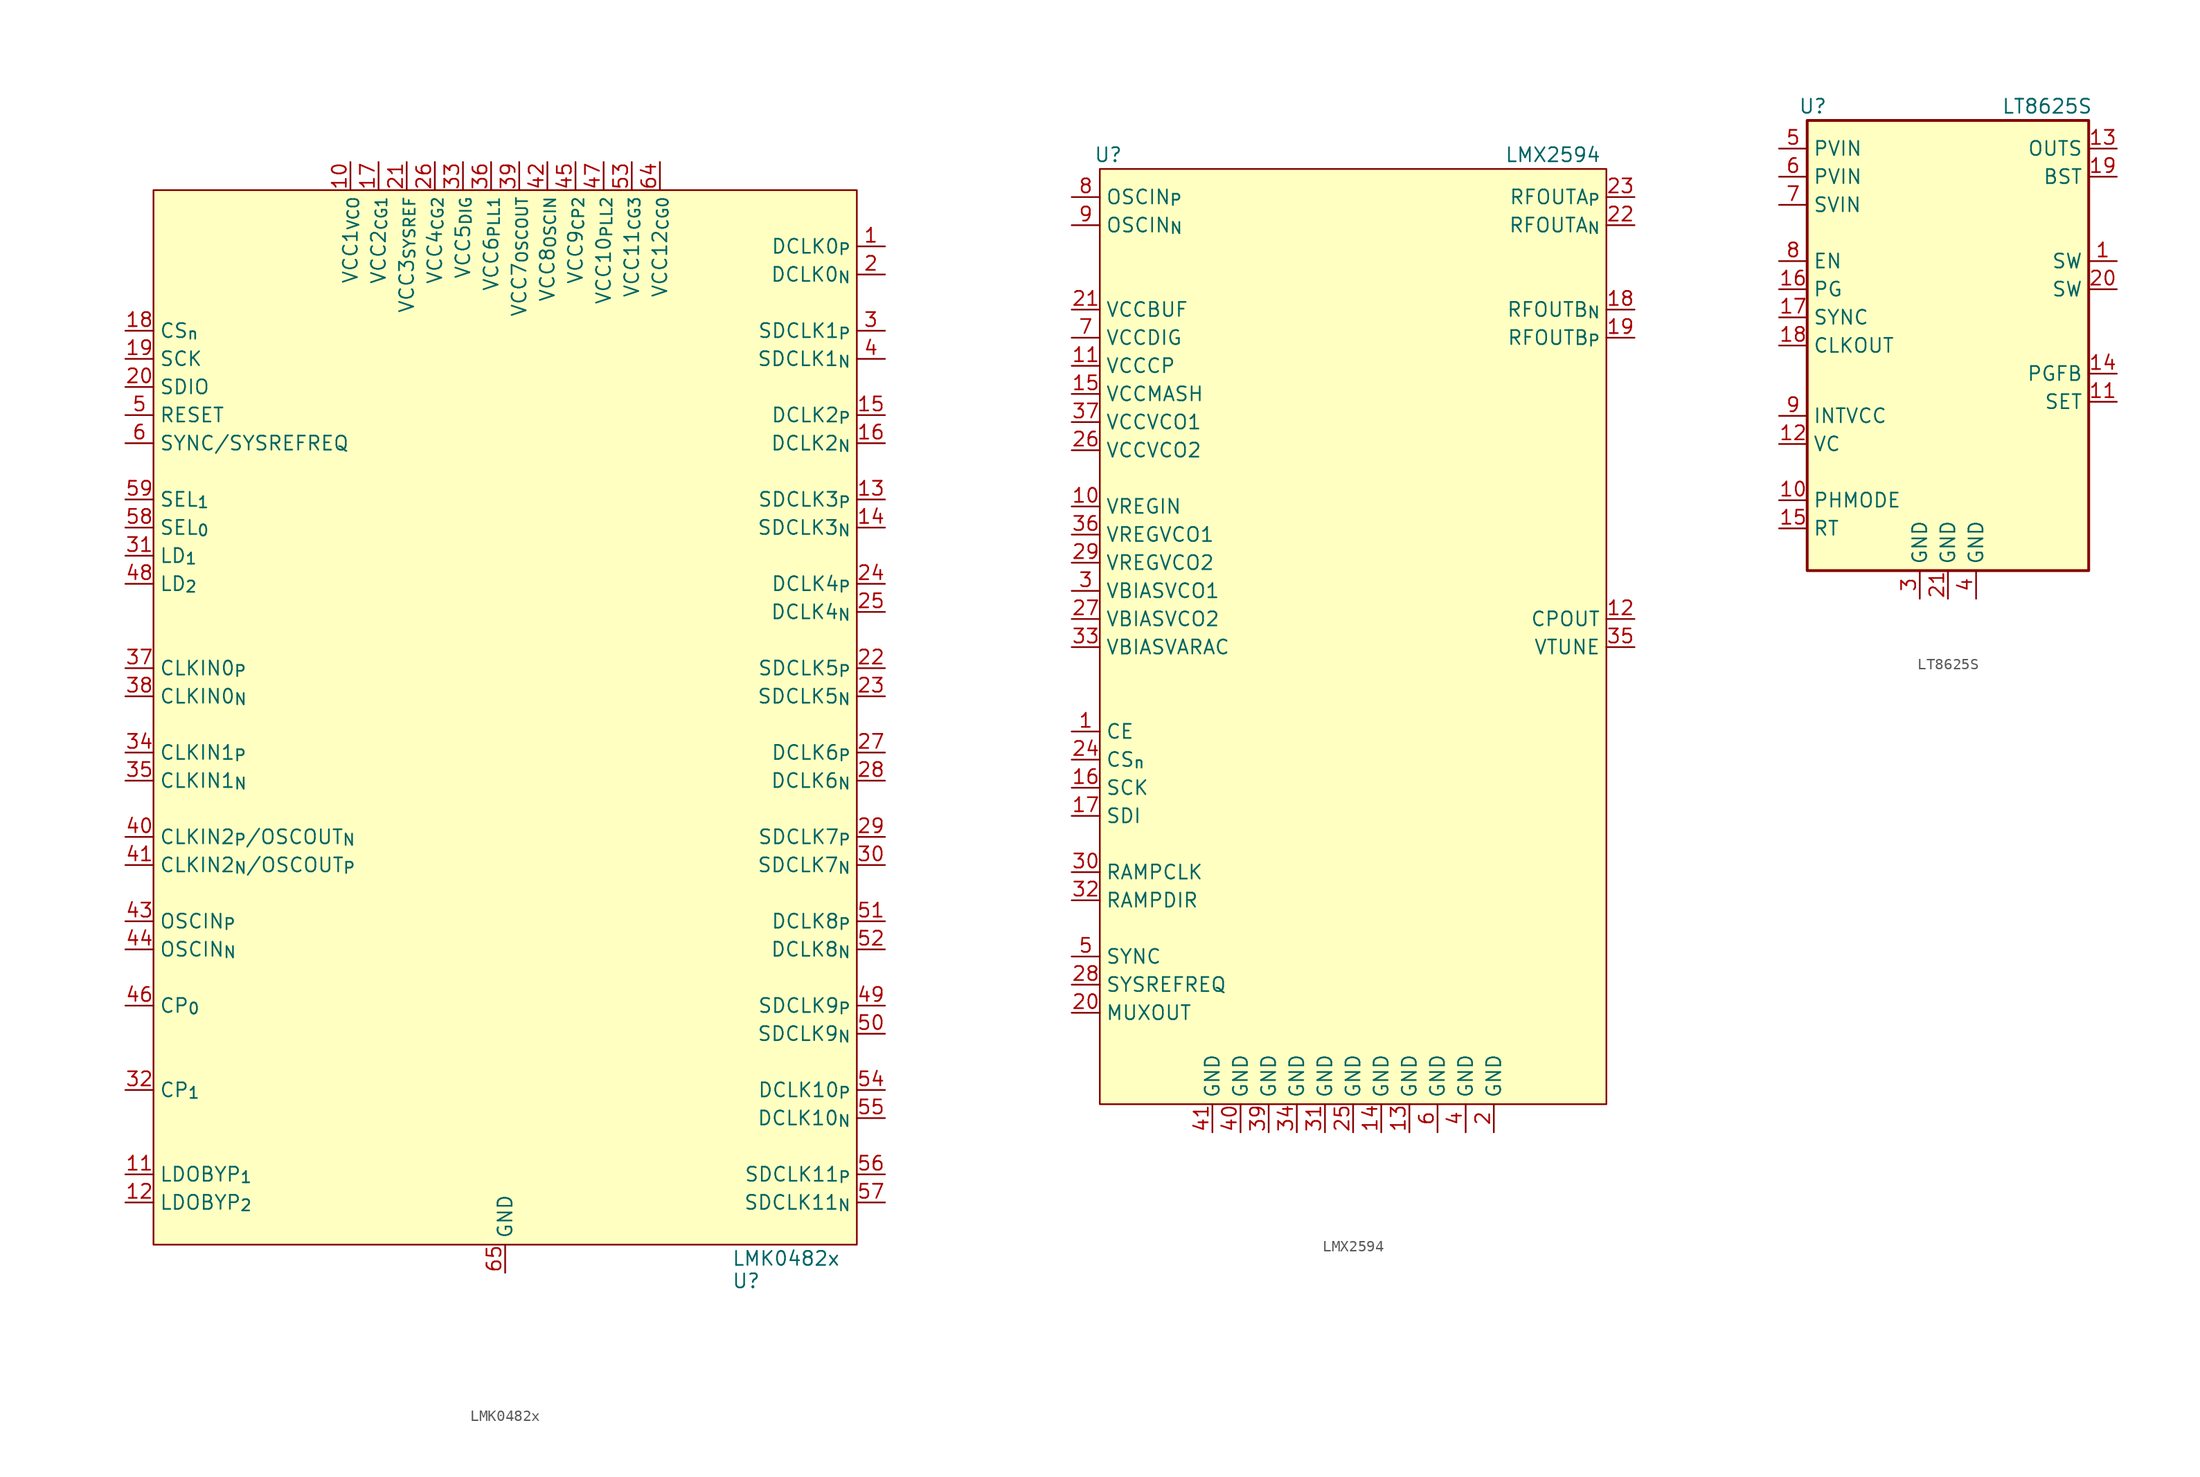
<source format=kicad_sym>
(kicad_symbol_lib
  (version 20241209)
  (generator "kicad_symbol_editor")
  (generator_version "9.0")
  (symbol "LMK0482x"
    (property "Reference" "U"
      (at 20.447 -54.61 0)
      (effects (font (size 1.27 1.27)) (justify left top)))
    (property "Value" "LMK0482x"
      (at 20.447 -52.578 0)
      (effects (font (size 1.27 1.27)) (justify left top)))
    (symbol "LMK0482x_0_0"
      (pin input line (at -34.29 30.48 0) (length 2.54) (name "CS_{n}" (effects (font (size 1.27 1.27)))) (number "18" (effects (font (size 1.27 1.27)))))
      (pin input line (at -34.29 27.94 0) (length 2.54) (name "SCK" (effects (font (size 1.27 1.27)))) (number "19" (effects (font (size 1.27 1.27)))))
      (pin bidirectional line (at -34.29 25.4 0) (length 2.54) (name "SDIO" (effects (font (size 1.27 1.27)))) (number "20" (effects (font (size 1.27 1.27)))))
      (pin input line (at -34.29 22.86 0) (length 2.54) (name "RESET" (effects (font (size 1.27 1.27)))) (number "5" (effects (font (size 1.27 1.27)))))
      (pin input line (at -34.29 20.32 0) (length 2.54) (name "SYNC/SYSREFREQ" (effects (font (size 1.27 1.27)))) (number "6" (effects (font (size 1.27 1.27)))))
      (pin input line (at -34.29 15.24 0) (length 2.54) (name "SEL_{1}" (effects (font (size 1.27 1.27)))) (number "59" (effects (font (size 1.27 1.27)))))
      (pin input line (at -34.29 12.7 0) (length 2.54) (name "SEL_{0}" (effects (font (size 1.27 1.27)))) (number "58" (effects (font (size 1.27 1.27)))))
      (pin output line (at -34.29 10.16 0) (length 2.54) (name "LD_{1}" (effects (font (size 1.27 1.27)))) (number "31" (effects (font (size 1.27 1.27)))))
      (pin output line (at -34.29 7.62 0) (length 2.54) (name "LD_{2}" (effects (font (size 1.27 1.27)))) (number "48" (effects (font (size 1.27 1.27)))))
      (pin power_in line (at -13.97 45.72 270) (length 2.54) (name "VCC1_{VCO}" (effects (font (size 1.27 1.27)))) (number "10" (effects (font (size 1.27 1.27)))))
      (pin power_in line (at -11.43 45.72 270) (length 2.54) (name "VCC2_{CG1}" (effects (font (size 1.27 1.27)))) (number "17" (effects (font (size 1.27 1.27)))))
      (pin power_in line (at -8.89 45.72 270) (length 2.54) (name "VCC3_{SYSREF}" (effects (font (size 1.27 1.27)))) (number "21" (effects (font (size 1.27 1.27)))))
      (pin power_in line (at -6.35 45.72 270) (length 2.54) (name "VCC4_{CG2}" (effects (font (size 1.27 1.27)))) (number "26" (effects (font (size 1.27 1.27)))))
      (pin power_in line (at -3.81 45.72 270) (length 2.54) (name "VCC5_{DIG}" (effects (font (size 1.27 1.27)))) (number "33" (effects (font (size 1.27 1.27)))))
      (pin power_in line (at -1.27 45.72 270) (length 2.54) (name "VCC6_{PLL1}" (effects (font (size 1.27 1.27)))) (number "36" (effects (font (size 1.27 1.27)))))
      (pin power_in line (at 0 -54.61 90) (length 2.54) (name "GND" (effects (font (size 1.27 1.27)))) (number "65" (effects (font (size 1.27 1.27)))))
      (pin power_in line (at 1.27 45.72 270) (length 2.54) (name "VCC7_{OSCOUT}" (effects (font (size 1.27 1.27)))) (number "39" (effects (font (size 1.27 1.27)))))
      (pin power_in line (at 3.81 45.72 270) (length 2.54) (name "VCC8_{OSCIN}" (effects (font (size 1.27 1.27)))) (number "42" (effects (font (size 1.27 1.27)))))
      (pin power_in line (at 6.35 45.72 270) (length 2.54) (name "VCC9_{CP2}" (effects (font (size 1.27 1.27)))) (number "45" (effects (font (size 1.27 1.27)))))
      (pin power_in line (at 8.89 45.72 270) (length 2.54) (name "VCC10_{PLL2}" (effects (font (size 1.27 1.27)))) (number "47" (effects (font (size 1.27 1.27)))))
      (pin power_in line (at 11.43 45.72 270) (length 2.54) (name "VCC11_{CG3}" (effects (font (size 1.27 1.27)))) (number "53" (effects (font (size 1.27 1.27)))))
      (pin power_in line (at 13.97 45.72 270) (length 2.54) (name "VCC12_{CG0}" (effects (font (size 1.27 1.27)))) (number "64" (effects (font (size 1.27 1.27))))))
    (symbol "LMK0482x_1_0"
      (pin passive line (at -34.29 0 0) (length 2.54) (name "CLKIN0_{P}" (effects (font (size 1.27 1.27)))) (number "37" (effects (font (size 1.27 1.27)))))
      (pin passive line (at -34.29 -2.54 0) (length 2.54) (name "CLKIN0_{N}" (effects (font (size 1.27 1.27)))) (number "38" (effects (font (size 1.27 1.27)))))
      (pin passive line (at -34.29 -7.62 0) (length 2.54) (name "CLKIN1_{P}" (effects (font (size 1.27 1.27)))) (number "34" (effects (font (size 1.27 1.27)))))
      (pin passive line (at -34.29 -10.16 0) (length 2.54) (name "CLKIN1_{N}" (effects (font (size 1.27 1.27)))) (number "35" (effects (font (size 1.27 1.27)))))
      (pin passive line (at -34.29 -15.24 0) (length 2.54) (name "CLKIN2_{P}/OSCOUT_{N}" (effects (font (size 1.27 1.27)))) (number "40" (effects (font (size 1.27 1.27)))))
      (pin passive line (at -34.29 -17.78 0) (length 2.54) (name "CLKIN2_{N}/OSCOUT_{P}" (effects (font (size 1.27 1.27)))) (number "41" (effects (font (size 1.27 1.27)))))
      (pin passive line (at -34.29 -22.86 0) (length 2.54) (name "OSCIN_{P}" (effects (font (size 1.27 1.27)))) (number "43" (effects (font (size 1.27 1.27)))))
      (pin passive line (at -34.29 -25.4 0) (length 2.54) (name "OSCIN_{N}" (effects (font (size 1.27 1.27)))) (number "44" (effects (font (size 1.27 1.27)))))
      (pin passive line (at -34.29 -30.48 0) (length 2.54) (name "CP_{0}" (effects (font (size 1.27 1.27)))) (number "46" (effects (font (size 1.27 1.27)))))
      (pin passive line (at -34.29 -38.1 0) (length 2.54) (name "CP_{1}" (effects (font (size 1.27 1.27)))) (number "32" (effects (font (size 1.27 1.27)))))
      (pin passive line (at -34.29 -45.72 0) (length 2.54) (name "LDOBYP_{1}" (effects (font (size 1.27 1.27)))) (number "11" (effects (font (size 1.27 1.27)))))
      (pin passive line (at -34.29 -48.26 0) (length 2.54) (name "LDOBYP_{2}" (effects (font (size 1.27 1.27)))) (number "12" (effects (font (size 1.27 1.27)))))
      (pin passive line (at 34.29 38.1 180) (length 2.54) (name "DCLK0_{P}" (effects (font (size 1.27 1.27)))) (number "1" (effects (font (size 1.27 1.27)))))
      (pin passive line (at 34.29 35.56 180) (length 2.54) (name "DCLK0_{N}" (effects (font (size 1.27 1.27)))) (number "2" (effects (font (size 1.27 1.27)))))
      (pin passive line (at 34.29 30.48 180) (length 2.54) (name "SDCLK1_{P}" (effects (font (size 1.27 1.27)))) (number "3" (effects (font (size 1.27 1.27)))))
      (pin passive line (at 34.29 27.94 180) (length 2.54) (name "SDCLK1_{N}" (effects (font (size 1.27 1.27)))) (number "4" (effects (font (size 1.27 1.27)))))
      (pin passive line (at 34.29 22.86 180) (length 2.54) (name "DCLK2_{P}" (effects (font (size 1.27 1.27)))) (number "15" (effects (font (size 1.27 1.27)))))
      (pin passive line (at 34.29 20.32 180) (length 2.54) (name "DCLK2_{N}" (effects (font (size 1.27 1.27)))) (number "16" (effects (font (size 1.27 1.27)))))
      (pin passive line (at 34.29 15.24 180) (length 2.54) (name "SDCLK3_{P}" (effects (font (size 1.27 1.27)))) (number "13" (effects (font (size 1.27 1.27)))))
      (pin passive line (at 34.29 12.7 180) (length 2.54) (name "SDCLK3_{N}" (effects (font (size 1.27 1.27)))) (number "14" (effects (font (size 1.27 1.27)))))
      (pin passive line (at 34.29 7.62 180) (length 2.54) (name "DCLK4_{P}" (effects (font (size 1.27 1.27)))) (number "24" (effects (font (size 1.27 1.27)))))
      (pin passive line (at 34.29 5.08 180) (length 2.54) (name "DCLK4_{N}" (effects (font (size 1.27 1.27)))) (number "25" (effects (font (size 1.27 1.27)))))
      (pin passive line (at 34.29 0 180) (length 2.54) (name "SDCLK5_{P}" (effects (font (size 1.27 1.27)))) (number "22" (effects (font (size 1.27 1.27)))))
      (pin passive line (at 34.29 -2.54 180) (length 2.54) (name "SDCLK5_{N}" (effects (font (size 1.27 1.27)))) (number "23" (effects (font (size 1.27 1.27)))))
      (pin passive line (at 34.29 -7.62 180) (length 2.54) (name "DCLK6_{P}" (effects (font (size 1.27 1.27)))) (number "27" (effects (font (size 1.27 1.27)))))
      (pin passive line (at 34.29 -10.16 180) (length 2.54) (name "DCLK6_{N}" (effects (font (size 1.27 1.27)))) (number "28" (effects (font (size 1.27 1.27)))))
      (pin passive line (at 34.29 -15.24 180) (length 2.54) (name "SDCLK7_{P}" (effects (font (size 1.27 1.27)))) (number "29" (effects (font (size 1.27 1.27)))))
      (pin passive line (at 34.29 -17.78 180) (length 2.54) (name "SDCLK7_{N}" (effects (font (size 1.27 1.27)))) (number "30" (effects (font (size 1.27 1.27)))))
      (pin passive line (at 34.29 -22.86 180) (length 2.54) (name "DCLK8_{P}" (effects (font (size 1.27 1.27)))) (number "51" (effects (font (size 1.27 1.27)))))
      (pin passive line (at 34.29 -25.4 180) (length 2.54) (name "DCLK8_{N}" (effects (font (size 1.27 1.27)))) (number "52" (effects (font (size 1.27 1.27)))))
      (pin passive line (at 34.29 -30.48 180) (length 2.54) (name "SDCLK9_{P}" (effects (font (size 1.27 1.27)))) (number "49" (effects (font (size 1.27 1.27)))))
      (pin passive line (at 34.29 -33.02 180) (length 2.54) (name "SDCLK9_{N}" (effects (font (size 1.27 1.27)))) (number "50" (effects (font (size 1.27 1.27)))))
      (pin passive line (at 34.29 -38.1 180) (length 2.54) (name "DCLK10_{P}" (effects (font (size 1.27 1.27)))) (number "54" (effects (font (size 1.27 1.27)))))
      (pin passive line (at 34.29 -40.64 180) (length 2.54) (name "DCLK10_{N}" (effects (font (size 1.27 1.27)))) (number "55" (effects (font (size 1.27 1.27)))))
      (pin passive line (at 34.29 -45.72 180) (length 2.54) (name "SDCLK11_{P}" (effects (font (size 1.27 1.27)))) (number "56" (effects (font (size 1.27 1.27)))))
      (pin passive line (at 34.29 -48.26 180) (length 2.54) (name "SDCLK11_{N}" (effects (font (size 1.27 1.27)))) (number "57" (effects (font (size 1.27 1.27))))))
    (symbol "LMK0482x_1_1"
      (rectangle (start -31.75 43.18) (end 31.75 -52.07) (stroke (width 0) (type solid)) (fill (type background)))))
  (symbol "LMX2594"
    (property "Reference" "U"
      (at -22.098 48.26 0)
      (effects (font (size 1.27 1.27))))
    (property "Value" "LMX2594"
      (at 18.034 48.26 0)
      (effects (font (size 1.27 1.27))))
    (symbol "LMX2594_0_0"
      (pin power_in line (at -25.4 34.29 0) (length 2.54) (name "VCCBUF" (effects (font (size 1.27 1.27)))) (number "21" (effects (font (size 1.27 1.27)))))
      (pin power_in line (at -25.4 31.75 0) (length 2.54) (name "VCCDIG" (effects (font (size 1.27 1.27)))) (number "7" (effects (font (size 1.27 1.27)))))
      (pin power_in line (at -25.4 29.21 0) (length 2.54) (name "VCCCP" (effects (font (size 1.27 1.27)))) (number "11" (effects (font (size 1.27 1.27)))))
      (pin power_in line (at -25.4 26.67 0) (length 2.54) (name "VCCMASH" (effects (font (size 1.27 1.27)))) (number "15" (effects (font (size 1.27 1.27)))))
      (pin power_in line (at -25.4 24.13 0) (length 2.54) (name "VCCVCO1" (effects (font (size 1.27 1.27)))) (number "37" (effects (font (size 1.27 1.27)))))
      (pin power_in line (at -25.4 21.59 0) (length 2.54) (name "VCCVCO2" (effects (font (size 1.27 1.27)))) (number "26" (effects (font (size 1.27 1.27)))))
      (pin power_in line (at -25.4 16.51 0) (length 2.54) (name "VREGIN" (effects (font (size 1.27 1.27)))) (number "10" (effects (font (size 1.27 1.27)))))
      (pin power_in line (at -25.4 13.97 0) (length 2.54) (name "VREGVCO1" (effects (font (size 1.27 1.27)))) (number "36" (effects (font (size 1.27 1.27)))))
      (pin power_in line (at -25.4 11.43 0) (length 2.54) (name "VREGVCO2" (effects (font (size 1.27 1.27)))) (number "29" (effects (font (size 1.27 1.27)))))
      (pin power_in line (at -25.4 8.89 0) (length 2.54) (name "VBIASVCO1" (effects (font (size 1.27 1.27)))) (number "3" (effects (font (size 1.27 1.27)))))
      (pin power_in line (at -25.4 6.35 0) (length 2.54) (name "VBIASVCO2" (effects (font (size 1.27 1.27)))) (number "27" (effects (font (size 1.27 1.27)))))
      (pin power_in line (at -25.4 3.81 0) (length 2.54) (name "VBIASVARAC" (effects (font (size 1.27 1.27)))) (number "33" (effects (font (size 1.27 1.27)))))
      (pin input line (at -25.4 -3.81 0) (length 2.54) (name "CE" (effects (font (size 1.27 1.27)))) (number "1" (effects (font (size 1.27 1.27)))))
      (pin input line (at -25.4 -8.89 0) (length 2.54) (name "SCK" (effects (font (size 1.27 1.27)))) (number "16" (effects (font (size 1.27 1.27)))))
      (pin input line (at -25.4 -11.43 0) (length 2.54) (name "SDI" (effects (font (size 1.27 1.27)))) (number "17" (effects (font (size 1.27 1.27)))))
      (pin input line (at -25.4 -16.51 0) (length 2.54) (name "RAMPCLK" (effects (font (size 1.27 1.27)))) (number "30" (effects (font (size 1.27 1.27)))))
      (pin input line (at -25.4 -19.05 0) (length 2.54) (name "RAMPDIR" (effects (font (size 1.27 1.27)))) (number "32" (effects (font (size 1.27 1.27)))))
      (pin input line (at -25.4 -24.13 0) (length 2.54) (name "SYNC" (effects (font (size 1.27 1.27)))) (number "5" (effects (font (size 1.27 1.27)))))
      (pin input line (at -25.4 -26.67 0) (length 2.54) (name "SYSREFREQ" (effects (font (size 1.27 1.27)))) (number "28" (effects (font (size 1.27 1.27)))))
      (pin output line (at -25.4 -29.21 0) (length 2.54) (name "MUXOUT" (effects (font (size 1.27 1.27)))) (number "20" (effects (font (size 1.27 1.27)))))
      (pin power_in line (at -12.7 -40.005 90) (length 2.54) (name "GND" (effects (font (size 1.27 1.27)))) (number "41" (effects (font (size 1.27 1.27)))))
      (pin power_in line (at -10.16 -40.005 90) (length 2.54) (name "GND" (effects (font (size 1.27 1.27)))) (number "40" (effects (font (size 1.27 1.27)))))
      (pin power_in line (at -7.62 -40.005 90) (length 2.54) (name "GND" (effects (font (size 1.27 1.27)))) (number "39" (effects (font (size 1.27 1.27)))))
      (pin power_in line (at -5.08 -40.005 90) (length 2.54) (name "GND" (effects (font (size 1.27 1.27)))) (number "34" (effects (font (size 1.27 1.27)))))
      (pin power_in line (at -2.54 -40.005 90) (length 2.54) (name "GND" (effects (font (size 1.27 1.27)))) (number "31" (effects (font (size 1.27 1.27)))))
      (pin power_in line (at 0 -40.005 90) (length 2.54) (name "GND" (effects (font (size 1.27 1.27)))) (number "25" (effects (font (size 1.27 1.27)))))
      (pin power_in line (at 2.54 -40.005 90) (length 2.54) (name "GND" (effects (font (size 1.27 1.27)))) (number "14" (effects (font (size 1.27 1.27)))))
      (pin power_in line (at 5.08 -40.005 90) (length 2.54) (name "GND" (effects (font (size 1.27 1.27)))) (number "13" (effects (font (size 1.27 1.27)))))
      (pin power_in line (at 7.62 -40.005 90) (length 2.54) (name "GND" (effects (font (size 1.27 1.27)))) (number "6" (effects (font (size 1.27 1.27)))))
      (pin power_in line (at 10.16 -40.005 90) (length 2.54) (name "GND" (effects (font (size 1.27 1.27)))) (number "4" (effects (font (size 1.27 1.27)))))
      (pin power_in line (at 12.7 -40.005 90) (length 2.54) (name "GND" (effects (font (size 1.27 1.27)))) (number "2" (effects (font (size 1.27 1.27)))))
      (pin passive line (at 25.4 44.45 180) (length 2.54) (name "RFOUTA_{P}" (effects (font (size 1.27 1.27)))) (number "23" (effects (font (size 1.27 1.27)))))
      (pin passive line (at 25.4 41.91 180) (length 2.54) (name "RFOUTA_{N}" (effects (font (size 1.27 1.27)))) (number "22" (effects (font (size 1.27 1.27)))))
      (pin passive line (at 25.4 34.29 180) (length 2.54) (name "RFOUTB_{N}" (effects (font (size 1.27 1.27)))) (number "18" (effects (font (size 1.27 1.27)))))
      (pin passive line (at 25.4 31.75 180) (length 2.54) (name "RFOUTB_{P}" (effects (font (size 1.27 1.27)))) (number "19" (effects (font (size 1.27 1.27)))))
      (pin passive line (at 25.4 6.35 180) (length 2.54) (name "CPOUT" (effects (font (size 1.27 1.27)))) (number "12" (effects (font (size 1.27 1.27)))))
      (pin passive line (at 25.4 3.81 180) (length 2.54) (name "VTUNE" (effects (font (size 1.27 1.27)))) (number "35" (effects (font (size 1.27 1.27))))))
    (symbol "LMX2594_1_0"
      (pin passive line (at -25.4 44.45 0) (length 2.54) (name "OSCIN_{P}" (effects (font (size 1.27 1.27)))) (number "8" (effects (font (size 1.27 1.27)))))
      (pin passive line (at -25.4 41.91 0) (length 2.54) (name "OSCIN_{N}" (effects (font (size 1.27 1.27)))) (number "9" (effects (font (size 1.27 1.27)))))
      (pin input line (at -25.4 -6.35 0) (length 2.54) (name "CS_{n}" (effects (font (size 1.27 1.27)))) (number "24" (effects (font (size 1.27 1.27))))))
    (symbol "LMX2594_1_1"
      (rectangle (start -22.86 46.99) (end 22.86 -37.465) (stroke (width 0) (type solid)) (fill (type background)))))
  (symbol "LT8625S"
    (property "Reference" "U"
      (at -12.192 17.78 0)
      (effects (font (size 1.27 1.27))))
    (property "Value" "LT8625S"
      (at 4.826 17.78 0)
      (effects (font (size 1.27 1.27)) (justify left)))
    (symbol "LT8625S_0_1"
      (rectangle (start -12.7 16.51) (end 12.7 -24.13) (stroke (width 0.254) (type default)) (fill (type background))))
    (symbol "LT8625S_1_0"
      (pin power_in line (at -15.24 8.89 0) (length 2.54) (name "SVIN" (effects (font (size 1.27 1.27)))) (number "7" (effects (font (size 1.27 1.27)))))
      (pin input line (at -15.24 3.81 0) (length 2.54) (name "EN" (effects (font (size 1.27 1.27)))) (number "8" (effects (font (size 1.27 1.27)))))
      (pin input line (at -15.24 -1.27 0) (length 2.54) (name "SYNC" (effects (font (size 1.27 1.27)))) (number "17" (effects (font (size 1.27 1.27)))))
      (pin output line (at -15.24 -3.81 0) (length 2.54) (name "CLKOUT" (effects (font (size 1.27 1.27)))) (number "18" (effects (font (size 1.27 1.27)))))
      (pin passive line (at -15.24 -12.7 0) (length 2.54) (name "VC" (effects (font (size 1.27 1.27)))) (number "12" (effects (font (size 1.27 1.27)))))
      (pin passive line (at -15.24 -20.32 0) (length 2.54) (name "RT" (effects (font (size 1.27 1.27)))) (number "15" (effects (font (size 1.27 1.27)))))
      (pin power_in line (at 0 -26.67 90) (length 2.54) (name "GND" (effects (font (size 1.27 1.27)))) (number "21" (effects (font (size 1.27 1.27)))))
      (pin passive line (at 2.54 -26.67 90) (length 2.54) (name "GND" (effects (font (size 1.27 1.27)))) (number "4" (effects (font (size 1.27 1.27)))))
      (pin passive line (at 15.24 11.43 180) (length 2.54) (name "BST" (effects (font (size 1.27 1.27)))) (number "19" (effects (font (size 1.27 1.27)))))
      (pin power_out line (at 15.24 3.81 180) (length 2.54) (name "SW" (effects (font (size 1.27 1.27)))) (number "1" (effects (font (size 1.27 1.27)))))
      (pin power_out line (at 15.24 1.27 180) (length 2.54) (name "SW" (effects (font (size 1.27 1.27)))) (number "20" (effects (font (size 1.27 1.27)))))
      (pin passive line (at 15.24 -6.35 180) (length 2.54) (name "PGFB" (effects (font (size 1.27 1.27)))) (number "14" (effects (font (size 1.27 1.27))))))
    (symbol "LT8625S_1_1"
      (pin power_in line (at -15.24 13.97 0) (length 2.54) (name "PVIN" (effects (font (size 1.27 1.27)))) (number "5" (effects (font (size 1.27 1.27)))))
      (pin power_in line (at -15.24 11.43 0) (length 2.54) (name "PVIN" (effects (font (size 1.27 1.27)))) (number "6" (effects (font (size 1.27 1.27)))))
      (pin output line (at -15.24 1.27 0) (length 2.54) (name "PG" (effects (font (size 1.27 1.27)))) (number "16" (effects (font (size 1.27 1.27)))))
      (pin passive line (at -15.24 -10.16 0) (length 2.54) (name "INTVCC" (effects (font (size 1.27 1.27)))) (number "9" (effects (font (size 1.27 1.27)))))
      (pin passive line (at -15.24 -17.78 0) (length 2.54) (name "PHMODE" (effects (font (size 1.27 1.27)))) (number "10" (effects (font (size 1.27 1.27)))))
      (pin power_in line (at -2.54 -26.67 90) (length 2.54) (name "GND" (effects (font (size 1.27 1.27)))) (number "3" (effects (font (size 1.27 1.27)))))
      (pin passive line (at 15.24 13.97 180) (length 2.54) (name "OUTS" (effects (font (size 1.27 1.27)))) (number "13" (effects (font (size 1.27 1.27)))))
      (pin passive line (at 15.24 -8.89 180) (length 2.54) (name "SET" (effects (font (size 1.27 1.27)))) (number "11" (effects (font (size 1.27 1.27))))))))
</source>
